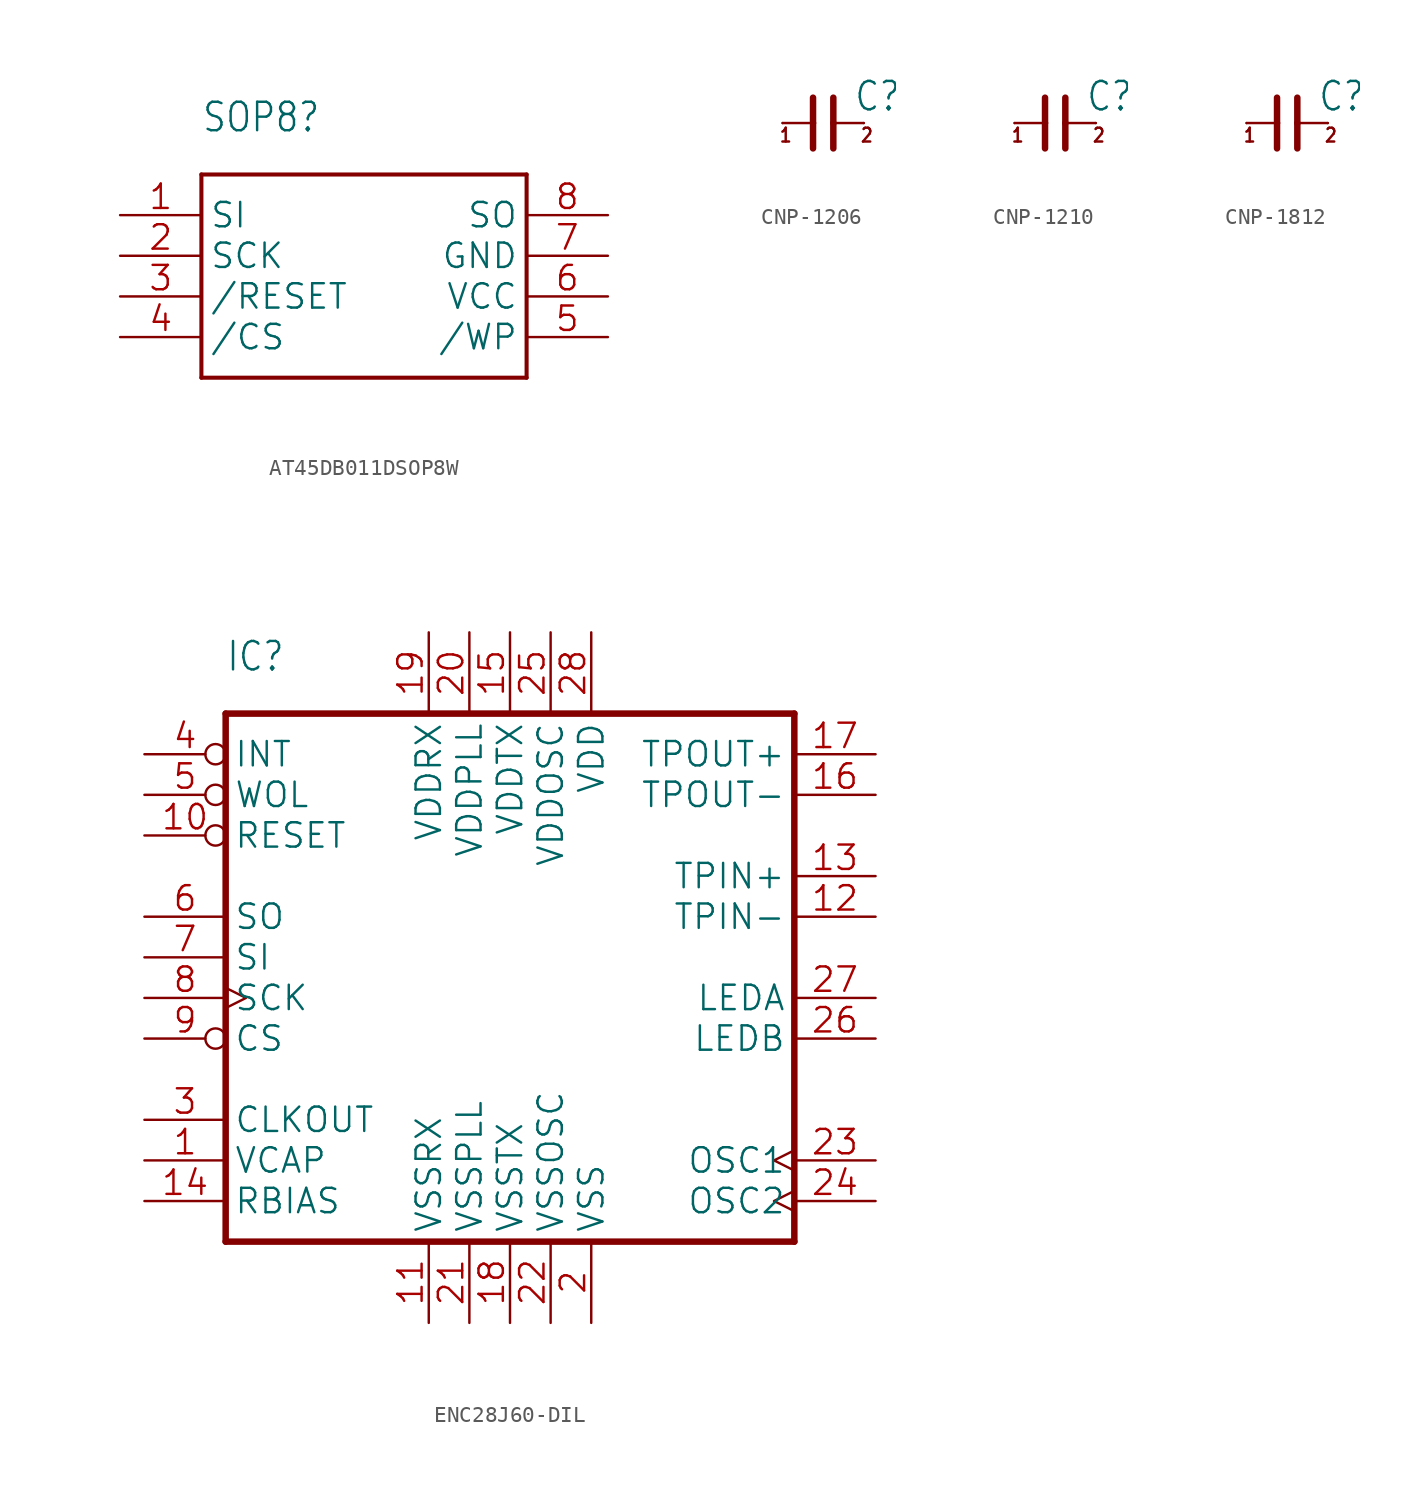
<source format=kicad_sym>
(kicad_symbol_lib
  (version 20241209)
  (generator "kicad_symbol_editor")
  (generator_version "9.0")
  (symbol "AT45DB011DSOP8W"
    (property "Reference" "SOP8"
      (at -10.16 7.62 0)
      (effects (font (size 1.778 1.511)) (justify left bottom)))
    (property "Value" ""
      (at -10.16 -10.16 0)
      (effects (font (size 1.778 1.511)) (justify left bottom)))
    (property "ki_locked" ""
      (at 0 0 0)
      (effects (font (size 1.27 1.27))))
    (symbol "AT45DB011DSOP8W_1_0"
      (polyline (pts (xy -10.16 5.08) (xy -10.16 -7.62)) (stroke (width 0.254) (type solid)) (fill (type none)))
      (polyline (pts (xy -10.16 -7.62) (xy 10.16 -7.62)) (stroke (width 0.254) (type solid)) (fill (type none)))
      (polyline (pts (xy 10.16 5.08) (xy -10.16 5.08)) (stroke (width 0.254) (type solid)) (fill (type none)))
      (polyline (pts (xy 10.16 -7.62) (xy 10.16 5.08)) (stroke (width 0.254) (type solid)) (fill (type none)))
      (pin input line (at -15.24 2.54 0) (length 5.08) (name "SI" (effects (font (size 1.524 1.524)))) (number "1" (effects (font (size 1.524 1.524)))))
      (pin input line (at -15.24 0 0) (length 5.08) (name "SCK" (effects (font (size 1.524 1.524)))) (number "2" (effects (font (size 1.524 1.524)))))
      (pin input line (at -15.24 -2.54 0) (length 5.08) (name "/RESET" (effects (font (size 1.524 1.524)))) (number "3" (effects (font (size 1.524 1.524)))))
      (pin input line (at -15.24 -5.08 0) (length 5.08) (name "/CS" (effects (font (size 1.524 1.524)))) (number "4" (effects (font (size 1.524 1.524)))))
      (pin output line (at 15.24 2.54 180) (length 5.08) (name "SO" (effects (font (size 1.524 1.524)))) (number "8" (effects (font (size 1.524 1.524)))))
      (pin power_in line (at 15.24 0 180) (length 5.08) (name "GND" (effects (font (size 1.524 1.524)))) (number "7" (effects (font (size 1.524 1.524)))))
      (pin power_in line (at 15.24 -2.54 180) (length 5.08) (name "VCC" (effects (font (size 1.524 1.524)))) (number "6" (effects (font (size 1.524 1.524)))))
      (pin input line (at 15.24 -5.08 180) (length 5.08) (name "/WP" (effects (font (size 1.524 1.524)))) (number "5" (effects (font (size 1.524 1.524)))))))
  (symbol "CNP-1206"
    (property "Reference" "C"
      (at 1.905 0.635 0)
      (effects (font (size 1.778 1.511)) (justify left bottom)))
    (property "Value" ""
      (at -5.08 -4.128 0)
      (effects (font (size 1.778 1.511)) (justify left bottom)))
    (property "ki_locked" ""
      (at 0 0 0)
      (effects (font (size 1.27 1.27))))
    (symbol "CNP-1206_1_0"
      (polyline (pts (xy -2.54 0) (xy -0.635 0)) (stroke (width 0.152) (type solid)) (fill (type none)))
      (polyline (pts (xy -0.635 1.587) (xy -0.635 0)) (stroke (width 0.406) (type solid)) (fill (type none)))
      (polyline (pts (xy -0.635 0) (xy -0.635 -1.587)) (stroke (width 0.406) (type solid)) (fill (type none)))
      (polyline (pts (xy 0.635 1.587) (xy 0.635 0)) (stroke (width 0.406) (type solid)) (fill (type none)))
      (polyline (pts (xy 0.635 0) (xy 0.635 -1.587)) (stroke (width 0.406) (type solid)) (fill (type none)))
      (polyline (pts (xy 2.54 0) (xy 0.635 0)) (stroke (width 0.152) (type solid)) (fill (type none)))
      (text "1" (at -2.794 -1.27 0) (effects (font (size 0.864 0.734)) (justify left bottom)))
      (text "2" (at 2.286 -1.27 0) (effects (font (size 0.864 0.734)) (justify left bottom)))
      (pin passive line (at -2.54 0 0) (length 0) (name "1" (effects (font (size 0 0)))) (number "P$1" (effects (font (size 0 0)))))
      (pin passive line (at 2.54 0 180) (length 0) (name "2" (effects (font (size 0 0)))) (number "P$2" (effects (font (size 0 0)))))))
  (symbol "CNP-1210"
    (property "Reference" "C"
      (at 1.905 0.635 0)
      (effects (font (size 1.778 1.511)) (justify left bottom)))
    (property "Value" ""
      (at -5.08 -4.128 0)
      (effects (font (size 1.778 1.511)) (justify left bottom)))
    (property "ki_locked" ""
      (at 0 0 0)
      (effects (font (size 1.27 1.27))))
    (symbol "CNP-1210_1_0"
      (polyline (pts (xy -2.54 0) (xy -0.635 0)) (stroke (width 0.152) (type solid)) (fill (type none)))
      (polyline (pts (xy -0.635 1.587) (xy -0.635 0)) (stroke (width 0.406) (type solid)) (fill (type none)))
      (polyline (pts (xy -0.635 0) (xy -0.635 -1.587)) (stroke (width 0.406) (type solid)) (fill (type none)))
      (polyline (pts (xy 0.635 1.587) (xy 0.635 0)) (stroke (width 0.406) (type solid)) (fill (type none)))
      (polyline (pts (xy 0.635 0) (xy 0.635 -1.587)) (stroke (width 0.406) (type solid)) (fill (type none)))
      (polyline (pts (xy 2.54 0) (xy 0.635 0)) (stroke (width 0.152) (type solid)) (fill (type none)))
      (text "1" (at -2.794 -1.27 0) (effects (font (size 0.864 0.734)) (justify left bottom)))
      (text "2" (at 2.286 -1.27 0) (effects (font (size 0.864 0.734)) (justify left bottom)))
      (pin passive line (at -2.54 0 0) (length 0) (name "1" (effects (font (size 0 0)))) (number "P$1" (effects (font (size 0 0)))))
      (pin passive line (at 2.54 0 180) (length 0) (name "2" (effects (font (size 0 0)))) (number "P$2" (effects (font (size 0 0)))))))
  (symbol "CNP-1812"
    (property "Reference" "C"
      (at 1.905 0.635 0)
      (effects (font (size 1.778 1.511)) (justify left bottom)))
    (property "Value" ""
      (at -5.08 -4.128 0)
      (effects (font (size 1.778 1.511)) (justify left bottom)))
    (property "ki_locked" ""
      (at 0 0 0)
      (effects (font (size 1.27 1.27))))
    (symbol "CNP-1812_1_0"
      (polyline (pts (xy -2.54 0) (xy -0.635 0)) (stroke (width 0.152) (type solid)) (fill (type none)))
      (polyline (pts (xy -0.635 1.587) (xy -0.635 0)) (stroke (width 0.406) (type solid)) (fill (type none)))
      (polyline (pts (xy -0.635 0) (xy -0.635 -1.587)) (stroke (width 0.406) (type solid)) (fill (type none)))
      (polyline (pts (xy 0.635 1.587) (xy 0.635 0)) (stroke (width 0.406) (type solid)) (fill (type none)))
      (polyline (pts (xy 0.635 0) (xy 0.635 -1.587)) (stroke (width 0.406) (type solid)) (fill (type none)))
      (polyline (pts (xy 2.54 0) (xy 0.635 0)) (stroke (width 0.152) (type solid)) (fill (type none)))
      (text "1" (at -2.794 -1.27 0) (effects (font (size 0.864 0.734)) (justify left bottom)))
      (text "2" (at 2.286 -1.27 0) (effects (font (size 0.864 0.734)) (justify left bottom)))
      (pin passive line (at -2.54 0 0) (length 0) (name "1" (effects (font (size 0 0)))) (number "P$1" (effects (font (size 0 0)))))
      (pin passive line (at 2.54 0 180) (length 0) (name "2" (effects (font (size 0 0)))) (number "P$2" (effects (font (size 0 0)))))))
  (symbol "ENC28J60-DIL"
    (property "Reference" "IC"
      (at -20.32 22.86 0)
      (effects (font (size 1.778 1.511)) (justify left bottom)))
    (property "Value" ""
      (at 5.08 -15.24 0)
      (effects (font (size 1.778 1.511)) (justify left bottom)))
    (property "ki_locked" ""
      (at 0 0 0)
      (effects (font (size 1.27 1.27))))
    (symbol "ENC28J60-DIL_1_0"
      (polyline (pts (xy -20.32 20.32) (xy -20.32 -12.7)) (stroke (width 0.406) (type solid)) (fill (type none)))
      (polyline (pts (xy -20.32 -12.7) (xy 15.24 -12.7)) (stroke (width 0.406) (type solid)) (fill (type none)))
      (polyline (pts (xy 15.24 20.32) (xy -20.32 20.32)) (stroke (width 0.406) (type solid)) (fill (type none)))
      (polyline (pts (xy 15.24 -12.7) (xy 15.24 20.32)) (stroke (width 0.406) (type solid)) (fill (type none)))
      (pin output inverted (at -25.4 17.78 0) (length 5.08) (name "INT" (effects (font (size 1.524 1.524)))) (number "4" (effects (font (size 1.524 1.524)))))
      (pin output inverted (at -25.4 15.24 0) (length 5.08) (name "WOL" (effects (font (size 1.524 1.524)))) (number "5" (effects (font (size 1.524 1.524)))))
      (pin input inverted (at -25.4 12.7 0) (length 5.08) (name "RESET" (effects (font (size 1.524 1.524)))) (number "10" (effects (font (size 1.524 1.524)))))
      (pin output line (at -25.4 7.62 0) (length 5.08) (name "SO" (effects (font (size 1.524 1.524)))) (number "6" (effects (font (size 1.524 1.524)))))
      (pin input line (at -25.4 5.08 0) (length 5.08) (name "SI" (effects (font (size 1.524 1.524)))) (number "7" (effects (font (size 1.524 1.524)))))
      (pin input clock (at -25.4 2.54 0) (length 5.08) (name "SCK" (effects (font (size 1.524 1.524)))) (number "8" (effects (font (size 1.524 1.524)))))
      (pin input inverted (at -25.4 0 0) (length 5.08) (name "CS" (effects (font (size 1.524 1.524)))) (number "9" (effects (font (size 1.524 1.524)))))
      (pin output line (at -25.4 -5.08 0) (length 5.08) (name "CLKOUT" (effects (font (size 1.524 1.524)))) (number "3" (effects (font (size 1.524 1.524)))))
      (pin power_in line (at -25.4 -7.62 0) (length 5.08) (name "VCAP" (effects (font (size 1.524 1.524)))) (number "1" (effects (font (size 1.524 1.524)))))
      (pin passive line (at -25.4 -10.16 0) (length 5.08) (name "RBIAS" (effects (font (size 1.524 1.524)))) (number "14" (effects (font (size 1.524 1.524)))))
      (pin power_in line (at -7.62 25.4 270) (length 5.08) (name "VDDRX" (effects (font (size 1.524 1.524)))) (number "19" (effects (font (size 1.524 1.524)))))
      (pin power_in line (at -7.62 -17.78 90) (length 5.08) (name "VSSRX" (effects (font (size 1.524 1.524)))) (number "11" (effects (font (size 1.524 1.524)))))
      (pin power_in line (at -5.08 25.4 270) (length 5.08) (name "VDDPLL" (effects (font (size 1.524 1.524)))) (number "20" (effects (font (size 1.524 1.524)))))
      (pin power_in line (at -5.08 -17.78 90) (length 5.08) (name "VSSPLL" (effects (font (size 1.524 1.524)))) (number "21" (effects (font (size 1.524 1.524)))))
      (pin power_in line (at -2.54 25.4 270) (length 5.08) (name "VDDTX" (effects (font (size 1.524 1.524)))) (number "15" (effects (font (size 1.524 1.524)))))
      (pin power_in line (at -2.54 -17.78 90) (length 5.08) (name "VSSTX" (effects (font (size 1.524 1.524)))) (number "18" (effects (font (size 1.524 1.524)))))
      (pin power_in line (at 0 25.4 270) (length 5.08) (name "VDDOSC" (effects (font (size 1.524 1.524)))) (number "25" (effects (font (size 1.524 1.524)))))
      (pin power_in line (at 0 -17.78 90) (length 5.08) (name "VSSOSC" (effects (font (size 1.524 1.524)))) (number "22" (effects (font (size 1.524 1.524)))))
      (pin power_in line (at 2.54 25.4 270) (length 5.08) (name "VDD" (effects (font (size 1.524 1.524)))) (number "28" (effects (font (size 1.524 1.524)))))
      (pin power_in line (at 2.54 -17.78 90) (length 5.08) (name "VSS" (effects (font (size 1.524 1.524)))) (number "2" (effects (font (size 1.524 1.524)))))
      (pin output line (at 20.32 17.78 180) (length 5.08) (name "TPOUT+" (effects (font (size 1.524 1.524)))) (number "17" (effects (font (size 1.524 1.524)))))
      (pin output line (at 20.32 15.24 180) (length 5.08) (name "TPOUT-" (effects (font (size 1.524 1.524)))) (number "16" (effects (font (size 1.524 1.524)))))
      (pin input line (at 20.32 10.16 180) (length 5.08) (name "TPIN+" (effects (font (size 1.524 1.524)))) (number "13" (effects (font (size 1.524 1.524)))))
      (pin input line (at 20.32 7.62 180) (length 5.08) (name "TPIN-" (effects (font (size 1.524 1.524)))) (number "12" (effects (font (size 1.524 1.524)))))
      (pin output line (at 20.32 2.54 180) (length 5.08) (name "LEDA" (effects (font (size 1.524 1.524)))) (number "27" (effects (font (size 1.524 1.524)))))
      (pin output line (at 20.32 0 180) (length 5.08) (name "LEDB" (effects (font (size 1.524 1.524)))) (number "26" (effects (font (size 1.524 1.524)))))
      (pin input clock (at 20.32 -7.62 180) (length 5.08) (name "OSC1" (effects (font (size 1.524 1.524)))) (number "23" (effects (font (size 1.524 1.524)))))
      (pin output clock (at 20.32 -10.16 180) (length 5.08) (name "OSC2" (effects (font (size 1.524 1.524)))) (number "24" (effects (font (size 1.524 1.524))))))))
</source>
